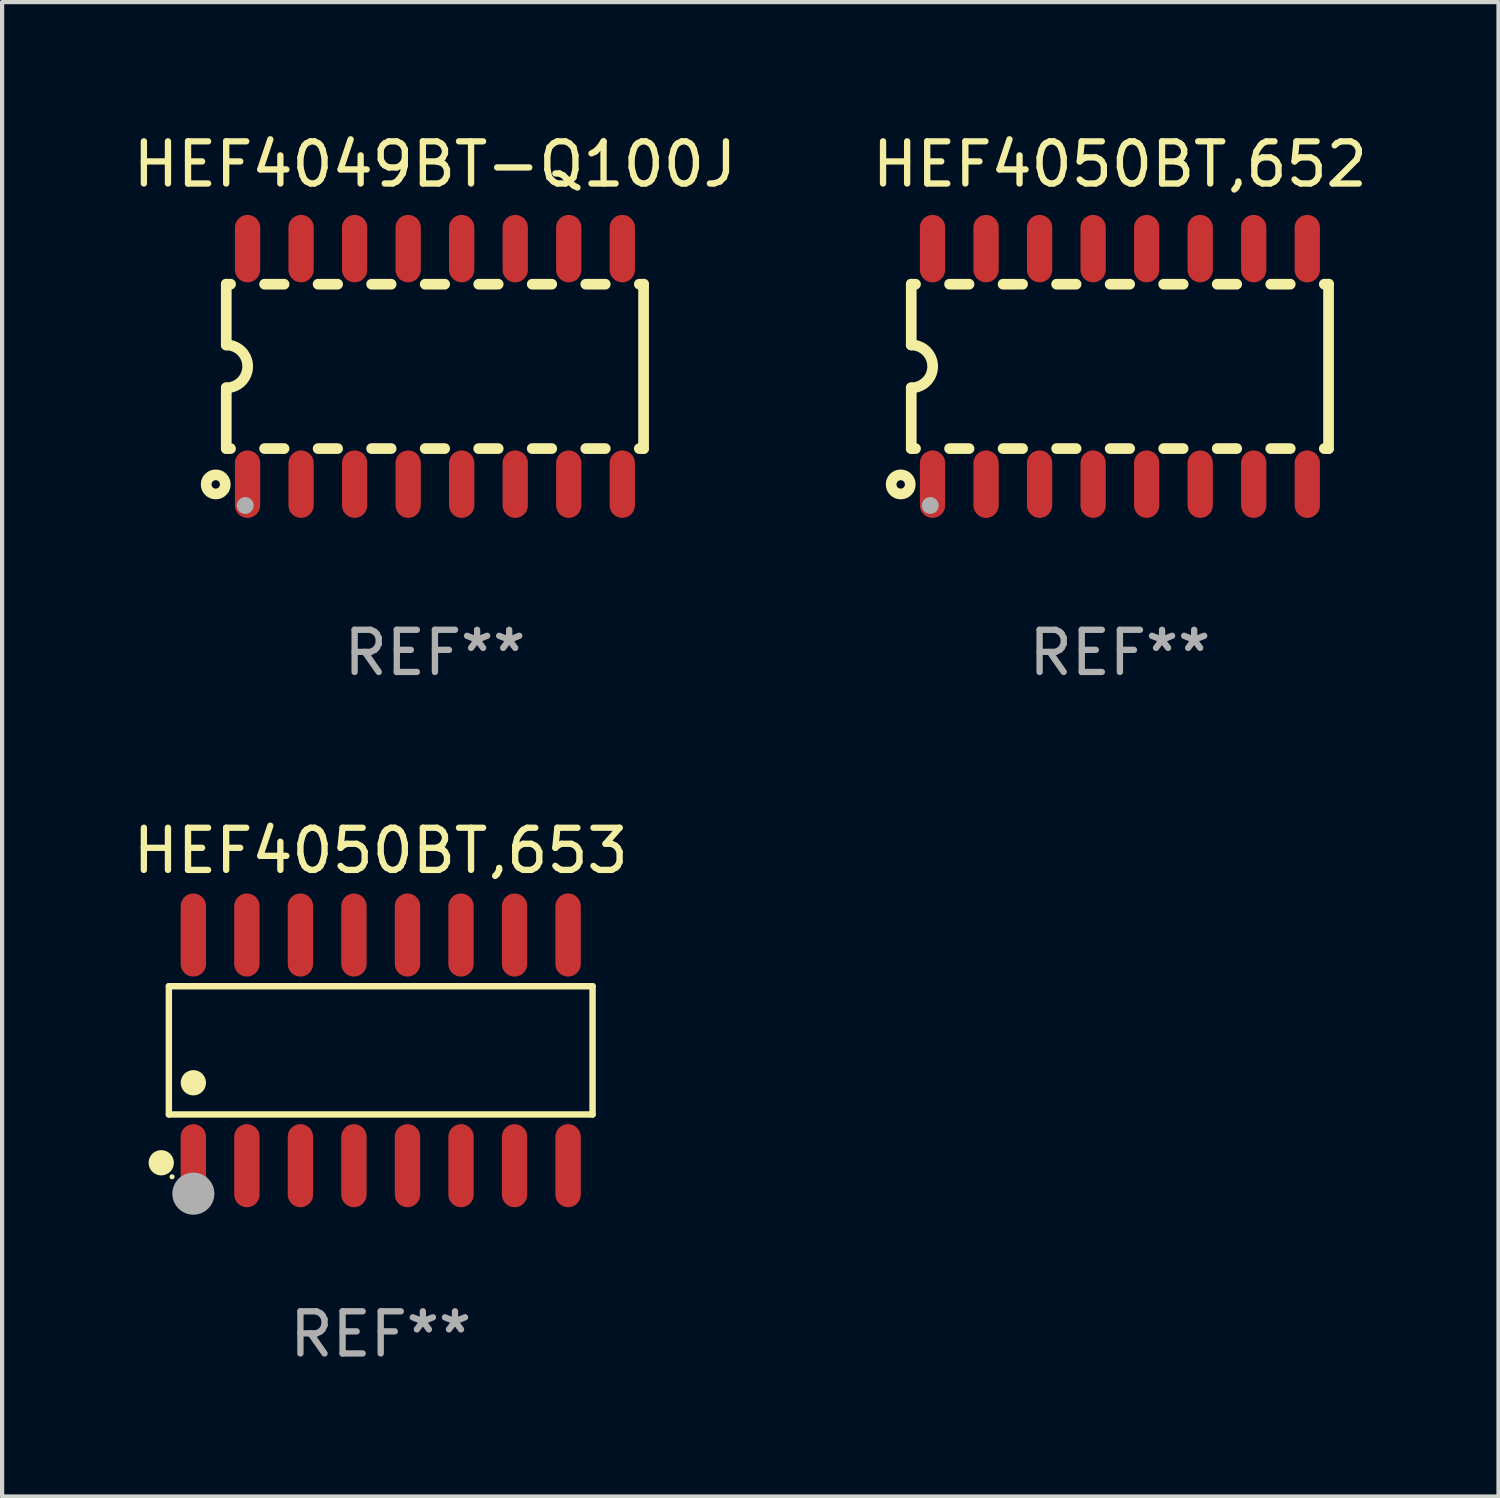
<source format=kicad_pcb>
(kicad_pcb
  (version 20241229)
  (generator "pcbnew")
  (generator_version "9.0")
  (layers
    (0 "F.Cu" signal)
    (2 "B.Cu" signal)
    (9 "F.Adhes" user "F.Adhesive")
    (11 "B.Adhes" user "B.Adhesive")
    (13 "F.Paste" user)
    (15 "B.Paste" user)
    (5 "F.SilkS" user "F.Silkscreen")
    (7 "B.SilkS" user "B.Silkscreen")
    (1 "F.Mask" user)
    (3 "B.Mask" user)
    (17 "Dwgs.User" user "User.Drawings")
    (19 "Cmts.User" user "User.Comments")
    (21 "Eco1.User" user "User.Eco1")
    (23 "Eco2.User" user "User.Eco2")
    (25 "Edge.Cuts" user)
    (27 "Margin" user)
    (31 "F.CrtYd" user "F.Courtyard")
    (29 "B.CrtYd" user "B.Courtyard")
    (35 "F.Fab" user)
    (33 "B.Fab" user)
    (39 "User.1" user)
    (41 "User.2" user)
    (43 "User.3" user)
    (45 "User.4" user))
  (footprint "HEF4050BT,653"
    (layer "F.Cu")
    (at 5.982 21.868)
    (property "Reference" "HEF4050BT,653" (at 0 -4.736 0) (layer "F.SilkS") (effects (font (size 1 1) (thickness 0.15))))
    (attr through_hole)
    (fp_line (start -5.026 -1.521) (end 5.026 -1.521) (stroke (width 0.152) (type solid)) (layer "F.SilkS"))
    (fp_line (start -5.026 1.521) (end -5.026 -1.521) (stroke (width 0.152) (type solid)) (layer "F.SilkS"))
    (fp_line (start 5.026 -1.521) (end 5.026 1.521) (stroke (width 0.152) (type solid)) (layer "F.SilkS"))
    (fp_line (start 5.026 1.521) (end -5.026 1.521) (stroke (width 0.152) (type solid)) (layer "F.SilkS"))
    (fp_circle (center -5.207 2.667) (end -5.057 2.667) (stroke (width 0.3) (type solid)) (fill no) (layer "F.SilkS"))
    (fp_circle (center -4.95 3) (end -4.92 3) (stroke (width 0.06) (type solid)) (fill no) (layer "F.SilkS"))
    (fp_circle (center -4.445 0.769) (end -4.295 0.769) (stroke (width 0.3) (type solid)) (fill no) (layer "F.SilkS"))
    (fp_circle (center -4.445 3.4) (end -4.195 3.4) (stroke (width 0.5) (type solid)) (fill no) (layer "F.Fab"))
    (fp_text user "REF**" (at 0 6.736 0) (layer "F.Fab") (effects (font (size 1 1) (thickness 0.15))))
    (pad "1" smd oval (at -4.445 2.736) (size 0.602 1.971) (layers "F.Cu" "F.Mask" "F.Paste"))
    (pad "2" smd oval (at -3.175 2.736) (size 0.602 1.971) (layers "F.Cu" "F.Mask" "F.Paste"))
    (pad "3" smd oval (at -1.905 2.736) (size 0.602 1.971) (layers "F.Cu" "F.Mask" "F.Paste"))
    (pad "4" smd oval (at -0.635 2.736) (size 0.602 1.971) (layers "F.Cu" "F.Mask" "F.Paste"))
    (pad "5" smd oval (at 0.635 2.736) (size 0.602 1.971) (layers "F.Cu" "F.Mask" "F.Paste"))
    (pad "6" smd oval (at 1.905 2.736) (size 0.602 1.971) (layers "F.Cu" "F.Mask" "F.Paste"))
    (pad "7" smd oval (at 3.175 2.736) (size 0.602 1.971) (layers "F.Cu" "F.Mask" "F.Paste"))
    (pad "8" smd oval (at 4.445 2.736) (size 0.602 1.971) (layers "F.Cu" "F.Mask" "F.Paste"))
    (pad "9" smd oval (at 4.445 -2.736) (size 0.602 1.971) (layers "F.Cu" "F.Mask" "F.Paste"))
    (pad "10" smd oval (at 3.175 -2.736) (size 0.602 1.971) (layers "F.Cu" "F.Mask" "F.Paste"))
    (pad "11" smd oval (at 1.905 -2.736) (size 0.602 1.971) (layers "F.Cu" "F.Mask" "F.Paste"))
    (pad "12" smd oval (at 0.635 -2.736) (size 0.602 1.971) (layers "F.Cu" "F.Mask" "F.Paste"))
    (pad "13" smd oval (at -0.635 -2.736) (size 0.602 1.971) (layers "F.Cu" "F.Mask" "F.Paste"))
    (pad "14" smd oval (at -1.905 -2.736) (size 0.602 1.971) (layers "F.Cu" "F.Mask" "F.Paste"))
    (pad "15" smd oval (at -3.175 -2.736) (size 0.602 1.971) (layers "F.Cu" "F.Mask" "F.Paste"))
    (pad "16" smd oval (at -4.445 -2.736) (size 0.602 1.971) (layers "F.Cu" "F.Mask" "F.Paste")))
  (footprint "HEF4049BT-Q100J"
    (layer "F.Cu")
    (at 7.268 5.642)
    (property "Reference" "HEF4049BT-Q100J" (at 0 -4.794 0) (layer "F.SilkS") (effects (font (size 1 1) (thickness 0.15))))
    (attr through_hole)
    (fp_line (start -4.95 -1.95) (end -4.95 -0.508) (stroke (width 0.254) (type solid)) (layer "F.SilkS"))
    (fp_line (start -4.95 -1.95) (end -4.849 -1.95) (stroke (width 0.254) (type solid)) (layer "F.SilkS"))
    (fp_line (start -4.95 1.95) (end -4.95 0.508) (stroke (width 0.254) (type solid)) (layer "F.SilkS"))
    (fp_line (start -4.95 1.95) (end -4.849 1.95) (stroke (width 0.254) (type solid)) (layer "F.SilkS"))
    (fp_line (start -4.041 -1.95) (end -3.579 -1.95) (stroke (width 0.254) (type solid)) (layer "F.SilkS"))
    (fp_line (start -4.041 1.95) (end -3.579 1.95) (stroke (width 0.254) (type solid)) (layer "F.SilkS"))
    (fp_line (start -2.771 -1.95) (end -2.309 -1.95) (stroke (width 0.254) (type solid)) (layer "F.SilkS"))
    (fp_line (start -2.771 1.95) (end -2.309 1.95) (stroke (width 0.254) (type solid)) (layer "F.SilkS"))
    (fp_line (start -1.501 -1.95) (end -1.039 -1.95) (stroke (width 0.254) (type solid)) (layer "F.SilkS"))
    (fp_line (start -1.501 1.95) (end -1.039 1.95) (stroke (width 0.254) (type solid)) (layer "F.SilkS"))
    (fp_line (start -0.231 -1.95) (end 0.231 -1.95) (stroke (width 0.254) (type solid)) (layer "F.SilkS"))
    (fp_line (start -0.231 1.95) (end 0.231 1.95) (stroke (width 0.254) (type solid)) (layer "F.SilkS"))
    (fp_line (start 1.039 -1.95) (end 1.501 -1.95) (stroke (width 0.254) (type solid)) (layer "F.SilkS"))
    (fp_line (start 1.039 1.95) (end 1.501 1.95) (stroke (width 0.254) (type solid)) (layer "F.SilkS"))
    (fp_line (start 2.309 -1.95) (end 2.771 -1.95) (stroke (width 0.254) (type solid)) (layer "F.SilkS"))
    (fp_line (start 2.309 1.95) (end 2.771 1.95) (stroke (width 0.254) (type solid)) (layer "F.SilkS"))
    (fp_line (start 3.579 -1.95) (end 4.041 -1.95) (stroke (width 0.254) (type solid)) (layer "F.SilkS"))
    (fp_line (start 3.579 1.95) (end 4.041 1.95) (stroke (width 0.254) (type solid)) (layer "F.SilkS"))
    (fp_line (start 4.849 -1.95) (end 4.95 -1.95) (stroke (width 0.254) (type solid)) (layer "F.SilkS"))
    (fp_line (start 4.849 1.95) (end 4.95 1.95) (stroke (width 0.254) (type solid)) (layer "F.SilkS"))
    (fp_line (start 4.95 -1.95) (end 4.95 1.95) (stroke (width 0.254) (type solid)) (layer "F.SilkS"))
    (fp_arc (start -4.95047 -0.508001) (mid -4.442469 -0.000228) (end -4.950013 0.508001) (stroke (width 0.254001) (type solid)) (layer "F.SilkS"))
    (fp_circle (center -5.2 2.8) (end -5.1 2.8) (stroke (width 0.254) (type solid)) (fill no) (layer "F.SilkS"))
    (fp_circle (center -4.95 2.947) (end -4.92 2.947) (stroke (width 0.06) (type solid)) (fill no) (layer "F.SilkS"))
    (fp_circle (center -4.5 3.3) (end -4.4 3.3) (stroke (width 0.2) (type solid)) (fill no) (layer "F.Fab"))
    (fp_text user "REF**" (at 0 6.794 0) (layer "F.Fab") (effects (font (size 1 1) (thickness 0.15))))
    (pad "1" smd oval (at -4.445 2.794) (size 0.6 1.6) (layers "F.Cu" "F.Mask" "F.Paste"))
    (pad "2" smd oval (at -3.175 2.794) (size 0.6 1.6) (layers "F.Cu" "F.Mask" "F.Paste"))
    (pad "3" smd oval (at -1.905 2.794) (size 0.6 1.6) (layers "F.Cu" "F.Mask" "F.Paste"))
    (pad "4" smd oval (at -0.635 2.794) (size 0.6 1.6) (layers "F.Cu" "F.Mask" "F.Paste"))
    (pad "5" smd oval (at 0.635 2.794) (size 0.6 1.6) (layers "F.Cu" "F.Mask" "F.Paste"))
    (pad "6" smd oval (at 1.905 2.794) (size 0.6 1.6) (layers "F.Cu" "F.Mask" "F.Paste"))
    (pad "7" smd oval (at 3.175 2.794) (size 0.6 1.6) (layers "F.Cu" "F.Mask" "F.Paste"))
    (pad "8" smd oval (at 4.445 2.794) (size 0.6 1.6) (layers "F.Cu" "F.Mask" "F.Paste"))
    (pad "9" smd oval (at 4.445 -2.794) (size 0.6 1.6) (layers "F.Cu" "F.Mask" "F.Paste"))
    (pad "10" smd oval (at 3.175 -2.794) (size 0.6 1.6) (layers "F.Cu" "F.Mask" "F.Paste"))
    (pad "11" smd oval (at 1.905 -2.794) (size 0.6 1.6) (layers "F.Cu" "F.Mask" "F.Paste"))
    (pad "12" smd oval (at 0.635 -2.794) (size 0.6 1.6) (layers "F.Cu" "F.Mask" "F.Paste"))
    (pad "13" smd oval (at -0.635 -2.794) (size 0.6 1.6) (layers "F.Cu" "F.Mask" "F.Paste"))
    (pad "14" smd oval (at -1.905 -2.794) (size 0.6 1.6) (layers "F.Cu" "F.Mask" "F.Paste"))
    (pad "15" smd oval (at -3.175 -2.794) (size 0.6 1.6) (layers "F.Cu" "F.Mask" "F.Paste"))
    (pad "16" smd oval (at -4.445 -2.794) (size 0.6 1.6) (layers "F.Cu" "F.Mask" "F.Paste")))
  (footprint "HEF4050BT,652"
    (layer "F.Cu")
    (at 23.518 5.642)
    (property "Reference" "HEF4050BT,652" (at 0 -4.794 0) (layer "F.SilkS") (effects (font (size 1 1) (thickness 0.15))))
    (attr through_hole)
    (fp_line (start -4.95 -1.95) (end -4.95 -0.508) (stroke (width 0.254) (type solid)) (layer "F.SilkS"))
    (fp_line (start -4.95 -1.95) (end -4.849 -1.95) (stroke (width 0.254) (type solid)) (layer "F.SilkS"))
    (fp_line (start -4.95 1.95) (end -4.95 0.508) (stroke (width 0.254) (type solid)) (layer "F.SilkS"))
    (fp_line (start -4.95 1.95) (end -4.849 1.95) (stroke (width 0.254) (type solid)) (layer "F.SilkS"))
    (fp_line (start -4.041 -1.95) (end -3.579 -1.95) (stroke (width 0.254) (type solid)) (layer "F.SilkS"))
    (fp_line (start -4.041 1.95) (end -3.579 1.95) (stroke (width 0.254) (type solid)) (layer "F.SilkS"))
    (fp_line (start -2.771 -1.95) (end -2.309 -1.95) (stroke (width 0.254) (type solid)) (layer "F.SilkS"))
    (fp_line (start -2.771 1.95) (end -2.309 1.95) (stroke (width 0.254) (type solid)) (layer "F.SilkS"))
    (fp_line (start -1.501 -1.95) (end -1.039 -1.95) (stroke (width 0.254) (type solid)) (layer "F.SilkS"))
    (fp_line (start -1.501 1.95) (end -1.039 1.95) (stroke (width 0.254) (type solid)) (layer "F.SilkS"))
    (fp_line (start -0.231 -1.95) (end 0.231 -1.95) (stroke (width 0.254) (type solid)) (layer "F.SilkS"))
    (fp_line (start -0.231 1.95) (end 0.231 1.95) (stroke (width 0.254) (type solid)) (layer "F.SilkS"))
    (fp_line (start 1.039 -1.95) (end 1.501 -1.95) (stroke (width 0.254) (type solid)) (layer "F.SilkS"))
    (fp_line (start 1.039 1.95) (end 1.501 1.95) (stroke (width 0.254) (type solid)) (layer "F.SilkS"))
    (fp_line (start 2.309 -1.95) (end 2.771 -1.95) (stroke (width 0.254) (type solid)) (layer "F.SilkS"))
    (fp_line (start 2.309 1.95) (end 2.771 1.95) (stroke (width 0.254) (type solid)) (layer "F.SilkS"))
    (fp_line (start 3.579 -1.95) (end 4.041 -1.95) (stroke (width 0.254) (type solid)) (layer "F.SilkS"))
    (fp_line (start 3.579 1.95) (end 4.041 1.95) (stroke (width 0.254) (type solid)) (layer "F.SilkS"))
    (fp_line (start 4.849 -1.95) (end 4.95 -1.95) (stroke (width 0.254) (type solid)) (layer "F.SilkS"))
    (fp_line (start 4.849 1.95) (end 4.95 1.95) (stroke (width 0.254) (type solid)) (layer "F.SilkS"))
    (fp_line (start 4.95 -1.95) (end 4.95 1.95) (stroke (width 0.254) (type solid)) (layer "F.SilkS"))
    (fp_arc (start -4.95047 -0.508001) (mid -4.442469 -0.000228) (end -4.950013 0.508001) (stroke (width 0.254001) (type solid)) (layer "F.SilkS"))
    (fp_circle (center -5.2 2.8) (end -5.1 2.8) (stroke (width 0.254) (type solid)) (fill no) (layer "F.SilkS"))
    (fp_circle (center -4.95 2.947) (end -4.92 2.947) (stroke (width 0.06) (type solid)) (fill no) (layer "F.SilkS"))
    (fp_circle (center -4.5 3.3) (end -4.4 3.3) (stroke (width 0.2) (type solid)) (fill no) (layer "F.Fab"))
    (fp_text user "REF**" (at 0 6.794 0) (layer "F.Fab") (effects (font (size 1 1) (thickness 0.15))))
    (pad "1" smd oval (at -4.445 2.794) (size 0.6 1.6) (layers "F.Cu" "F.Mask" "F.Paste"))
    (pad "2" smd oval (at -3.175 2.794) (size 0.6 1.6) (layers "F.Cu" "F.Mask" "F.Paste"))
    (pad "3" smd oval (at -1.905 2.794) (size 0.6 1.6) (layers "F.Cu" "F.Mask" "F.Paste"))
    (pad "4" smd oval (at -0.635 2.794) (size 0.6 1.6) (layers "F.Cu" "F.Mask" "F.Paste"))
    (pad "5" smd oval (at 0.635 2.794) (size 0.6 1.6) (layers "F.Cu" "F.Mask" "F.Paste"))
    (pad "6" smd oval (at 1.905 2.794) (size 0.6 1.6) (layers "F.Cu" "F.Mask" "F.Paste"))
    (pad "7" smd oval (at 3.175 2.794) (size 0.6 1.6) (layers "F.Cu" "F.Mask" "F.Paste"))
    (pad "8" smd oval (at 4.445 2.794) (size 0.6 1.6) (layers "F.Cu" "F.Mask" "F.Paste"))
    (pad "9" smd oval (at 4.445 -2.794) (size 0.6 1.6) (layers "F.Cu" "F.Mask" "F.Paste"))
    (pad "10" smd oval (at 3.175 -2.794) (size 0.6 1.6) (layers "F.Cu" "F.Mask" "F.Paste"))
    (pad "11" smd oval (at 1.905 -2.794) (size 0.6 1.6) (layers "F.Cu" "F.Mask" "F.Paste"))
    (pad "12" smd oval (at 0.635 -2.794) (size 0.6 1.6) (layers "F.Cu" "F.Mask" "F.Paste"))
    (pad "13" smd oval (at -0.635 -2.794) (size 0.6 1.6) (layers "F.Cu" "F.Mask" "F.Paste"))
    (pad "14" smd oval (at -1.905 -2.794) (size 0.6 1.6) (layers "F.Cu" "F.Mask" "F.Paste"))
    (pad "15" smd oval (at -3.175 -2.794) (size 0.6 1.6) (layers "F.Cu" "F.Mask" "F.Paste"))
    (pad "16" smd oval (at -4.445 -2.794) (size 0.6 1.6) (layers "F.Cu" "F.Mask" "F.Paste")))
  (gr_rect
    (start -3 -3)
    (end 32.5 32.452)
    (stroke (width 0.1) (type default))
    (fill no)
    (layer "Edge.Cuts")))
</source>
